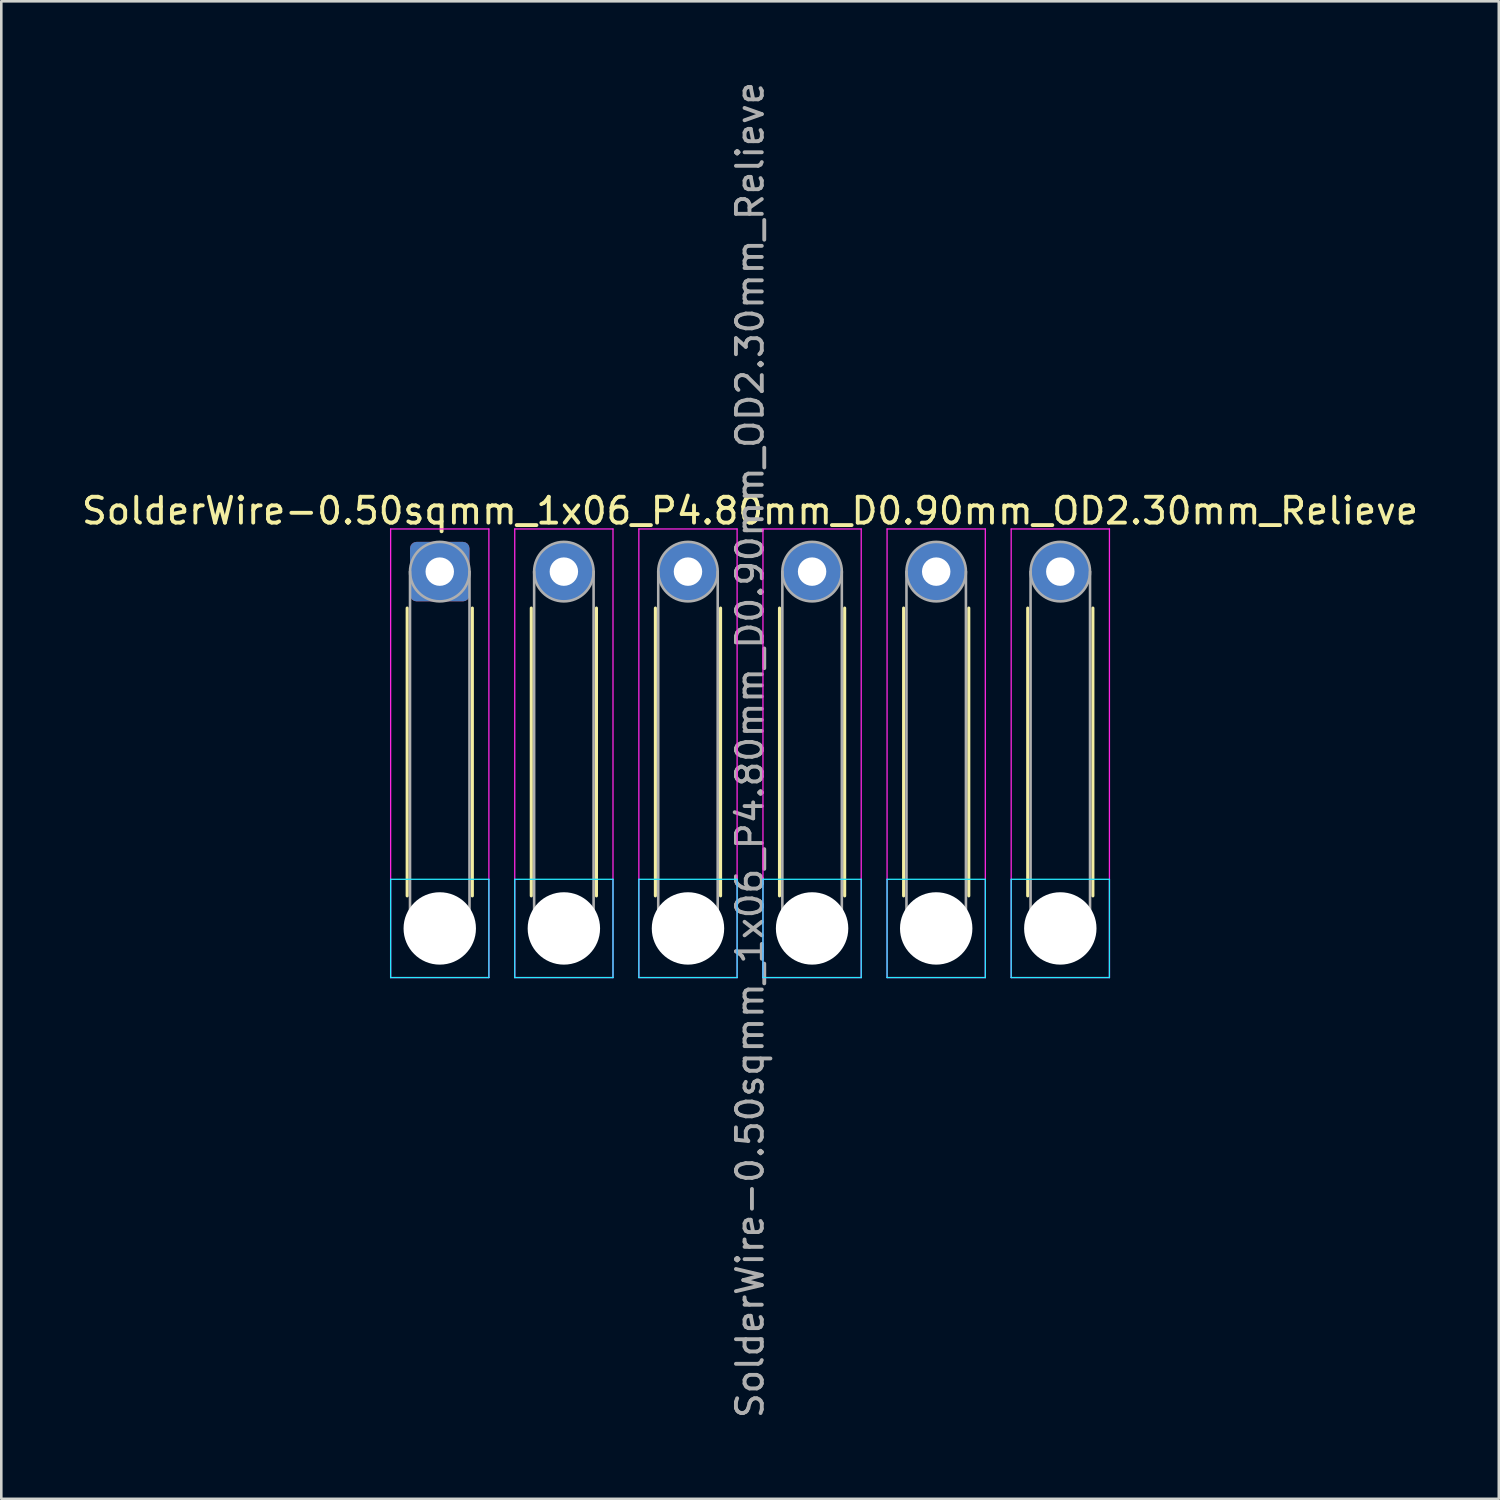
<source format=kicad_pcb>
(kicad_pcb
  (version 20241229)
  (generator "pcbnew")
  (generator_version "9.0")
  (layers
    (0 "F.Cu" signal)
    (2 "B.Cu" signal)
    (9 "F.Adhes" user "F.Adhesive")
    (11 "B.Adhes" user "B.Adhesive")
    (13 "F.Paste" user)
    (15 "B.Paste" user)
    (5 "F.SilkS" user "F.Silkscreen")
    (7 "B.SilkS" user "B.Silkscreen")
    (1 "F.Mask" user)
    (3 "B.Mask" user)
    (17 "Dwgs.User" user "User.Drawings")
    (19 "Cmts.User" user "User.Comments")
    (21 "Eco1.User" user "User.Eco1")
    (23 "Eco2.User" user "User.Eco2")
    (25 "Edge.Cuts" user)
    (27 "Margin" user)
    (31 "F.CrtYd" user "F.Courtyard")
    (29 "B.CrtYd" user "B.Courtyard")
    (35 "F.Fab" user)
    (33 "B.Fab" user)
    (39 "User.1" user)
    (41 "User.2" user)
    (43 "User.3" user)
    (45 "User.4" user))
  (footprint "SolderWire-0.50sqmm_1x06_P4.80mm_D0.90mm_OD2.30mm_Relieve"
    (layer "F.Cu")
    (at 13.958 19.058)
    (property "Reference" "SolderWire-0.50sqmm_1x06_P4.80mm_D0.90mm_OD2.30mm_Relieve" (at 12 -2.35 0) (layer "F.SilkS") (effects (font (size 1 1) (thickness 0.15))))
    (attr exclude_from_pos_files exclude_from_bom)
    (fp_line (start -1.26 1.41) (end -1.26 12.54) (stroke (width 0.12) (type solid)) (layer "F.SilkS"))
    (fp_line (start 1.26 1.41) (end 1.26 12.54) (stroke (width 0.12) (type solid)) (layer "F.SilkS"))
    (fp_line (start 3.54 1.41) (end 3.54 12.54) (stroke (width 0.12) (type solid)) (layer "F.SilkS"))
    (fp_line (start 6.06 1.41) (end 6.06 12.54) (stroke (width 0.12) (type solid)) (layer "F.SilkS"))
    (fp_line (start 8.34 1.41) (end 8.34 12.54) (stroke (width 0.12) (type solid)) (layer "F.SilkS"))
    (fp_line (start 10.86 1.41) (end 10.86 12.54) (stroke (width 0.12) (type solid)) (layer "F.SilkS"))
    (fp_line (start 13.14 1.41) (end 13.14 12.54) (stroke (width 0.12) (type solid)) (layer "F.SilkS"))
    (fp_line (start 15.66 1.41) (end 15.66 12.54) (stroke (width 0.12) (type solid)) (layer "F.SilkS"))
    (fp_line (start 17.94 1.41) (end 17.94 12.54) (stroke (width 0.12) (type solid)) (layer "F.SilkS"))
    (fp_line (start 20.46 1.41) (end 20.46 12.54) (stroke (width 0.12) (type solid)) (layer "F.SilkS"))
    (fp_line (start 22.74 1.41) (end 22.74 12.54) (stroke (width 0.12) (type solid)) (layer "F.SilkS"))
    (fp_line (start 25.26 1.41) (end 25.26 12.54) (stroke (width 0.12) (type solid)) (layer "F.SilkS"))
    (fp_line (start -1.9 11.9) (end -1.9 15.7) (stroke (width 0.05) (type solid)) (layer "B.CrtYd"))
    (fp_line (start -1.9 15.7) (end 1.9 15.7) (stroke (width 0.05) (type solid)) (layer "B.CrtYd"))
    (fp_line (start 1.9 11.9) (end -1.9 11.9) (stroke (width 0.05) (type solid)) (layer "B.CrtYd"))
    (fp_line (start 1.9 15.7) (end 1.9 11.9) (stroke (width 0.05) (type solid)) (layer "B.CrtYd"))
    (fp_line (start 2.9 11.9) (end 2.9 15.7) (stroke (width 0.05) (type solid)) (layer "B.CrtYd"))
    (fp_line (start 2.9 15.7) (end 6.7 15.7) (stroke (width 0.05) (type solid)) (layer "B.CrtYd"))
    (fp_line (start 6.7 11.9) (end 2.9 11.9) (stroke (width 0.05) (type solid)) (layer "B.CrtYd"))
    (fp_line (start 6.7 15.7) (end 6.7 11.9) (stroke (width 0.05) (type solid)) (layer "B.CrtYd"))
    (fp_line (start 7.7 11.9) (end 7.7 15.7) (stroke (width 0.05) (type solid)) (layer "B.CrtYd"))
    (fp_line (start 7.7 15.7) (end 11.5 15.7) (stroke (width 0.05) (type solid)) (layer "B.CrtYd"))
    (fp_line (start 11.5 11.9) (end 7.7 11.9) (stroke (width 0.05) (type solid)) (layer "B.CrtYd"))
    (fp_line (start 11.5 15.7) (end 11.5 11.9) (stroke (width 0.05) (type solid)) (layer "B.CrtYd"))
    (fp_line (start 12.5 11.9) (end 12.5 15.7) (stroke (width 0.05) (type solid)) (layer "B.CrtYd"))
    (fp_line (start 12.5 15.7) (end 16.3 15.7) (stroke (width 0.05) (type solid)) (layer "B.CrtYd"))
    (fp_line (start 16.3 11.9) (end 12.5 11.9) (stroke (width 0.05) (type solid)) (layer "B.CrtYd"))
    (fp_line (start 16.3 15.7) (end 16.3 11.9) (stroke (width 0.05) (type solid)) (layer "B.CrtYd"))
    (fp_line (start 17.3 11.9) (end 17.3 15.7) (stroke (width 0.05) (type solid)) (layer "B.CrtYd"))
    (fp_line (start 17.3 15.7) (end 21.1 15.7) (stroke (width 0.05) (type solid)) (layer "B.CrtYd"))
    (fp_line (start 21.1 11.9) (end 17.3 11.9) (stroke (width 0.05) (type solid)) (layer "B.CrtYd"))
    (fp_line (start 21.1 15.7) (end 21.1 11.9) (stroke (width 0.05) (type solid)) (layer "B.CrtYd"))
    (fp_line (start 22.1 11.9) (end 22.1 15.7) (stroke (width 0.05) (type solid)) (layer "B.CrtYd"))
    (fp_line (start 22.1 15.7) (end 25.9 15.7) (stroke (width 0.05) (type solid)) (layer "B.CrtYd"))
    (fp_line (start 25.9 11.9) (end 22.1 11.9) (stroke (width 0.05) (type solid)) (layer "B.CrtYd"))
    (fp_line (start 25.9 15.7) (end 25.9 11.9) (stroke (width 0.05) (type solid)) (layer "B.CrtYd"))
    (fp_line (start -1.9 -1.65) (end -1.9 15.7) (stroke (width 0.05) (type solid)) (layer "F.CrtYd"))
    (fp_line (start -1.9 15.7) (end 1.9 15.7) (stroke (width 0.05) (type solid)) (layer "F.CrtYd"))
    (fp_line (start 1.9 -1.65) (end -1.9 -1.65) (stroke (width 0.05) (type solid)) (layer "F.CrtYd"))
    (fp_line (start 1.9 15.7) (end 1.9 -1.65) (stroke (width 0.05) (type solid)) (layer "F.CrtYd"))
    (fp_line (start 2.9 -1.65) (end 2.9 15.7) (stroke (width 0.05) (type solid)) (layer "F.CrtYd"))
    (fp_line (start 2.9 15.7) (end 6.7 15.7) (stroke (width 0.05) (type solid)) (layer "F.CrtYd"))
    (fp_line (start 6.7 -1.65) (end 2.9 -1.65) (stroke (width 0.05) (type solid)) (layer "F.CrtYd"))
    (fp_line (start 6.7 15.7) (end 6.7 -1.65) (stroke (width 0.05) (type solid)) (layer "F.CrtYd"))
    (fp_line (start 7.7 -1.65) (end 7.7 15.7) (stroke (width 0.05) (type solid)) (layer "F.CrtYd"))
    (fp_line (start 7.7 15.7) (end 11.5 15.7) (stroke (width 0.05) (type solid)) (layer "F.CrtYd"))
    (fp_line (start 11.5 -1.65) (end 7.7 -1.65) (stroke (width 0.05) (type solid)) (layer "F.CrtYd"))
    (fp_line (start 11.5 15.7) (end 11.5 -1.65) (stroke (width 0.05) (type solid)) (layer "F.CrtYd"))
    (fp_line (start 12.5 -1.65) (end 12.5 15.7) (stroke (width 0.05) (type solid)) (layer "F.CrtYd"))
    (fp_line (start 12.5 15.7) (end 16.3 15.7) (stroke (width 0.05) (type solid)) (layer "F.CrtYd"))
    (fp_line (start 16.3 -1.65) (end 12.5 -1.65) (stroke (width 0.05) (type solid)) (layer "F.CrtYd"))
    (fp_line (start 16.3 15.7) (end 16.3 -1.65) (stroke (width 0.05) (type solid)) (layer "F.CrtYd"))
    (fp_line (start 17.3 -1.65) (end 17.3 15.7) (stroke (width 0.05) (type solid)) (layer "F.CrtYd"))
    (fp_line (start 17.3 15.7) (end 21.1 15.7) (stroke (width 0.05) (type solid)) (layer "F.CrtYd"))
    (fp_line (start 21.1 -1.65) (end 17.3 -1.65) (stroke (width 0.05) (type solid)) (layer "F.CrtYd"))
    (fp_line (start 21.1 15.7) (end 21.1 -1.65) (stroke (width 0.05) (type solid)) (layer "F.CrtYd"))
    (fp_line (start 22.1 -1.65) (end 22.1 15.7) (stroke (width 0.05) (type solid)) (layer "F.CrtYd"))
    (fp_line (start 22.1 15.7) (end 25.9 15.7) (stroke (width 0.05) (type solid)) (layer "F.CrtYd"))
    (fp_line (start 25.9 -1.65) (end 22.1 -1.65) (stroke (width 0.05) (type solid)) (layer "F.CrtYd"))
    (fp_line (start 25.9 15.7) (end 25.9 -1.65) (stroke (width 0.05) (type solid)) (layer "F.CrtYd"))
    (fp_line (start -1.15 0) (end -1.15 13.8) (stroke (width 0.1) (type solid)) (layer "F.Fab"))
    (fp_line (start 1.15 0) (end 1.15 13.8) (stroke (width 0.1) (type solid)) (layer "F.Fab"))
    (fp_line (start 3.65 0) (end 3.65 13.8) (stroke (width 0.1) (type solid)) (layer "F.Fab"))
    (fp_line (start 5.95 0) (end 5.95 13.8) (stroke (width 0.1) (type solid)) (layer "F.Fab"))
    (fp_line (start 8.45 0) (end 8.45 13.8) (stroke (width 0.1) (type solid)) (layer "F.Fab"))
    (fp_line (start 10.75 0) (end 10.75 13.8) (stroke (width 0.1) (type solid)) (layer "F.Fab"))
    (fp_line (start 13.25 0) (end 13.25 13.8) (stroke (width 0.1) (type solid)) (layer "F.Fab"))
    (fp_line (start 15.55 0) (end 15.55 13.8) (stroke (width 0.1) (type solid)) (layer "F.Fab"))
    (fp_line (start 18.05 0) (end 18.05 13.8) (stroke (width 0.1) (type solid)) (layer "F.Fab"))
    (fp_line (start 20.35 0) (end 20.35 13.8) (stroke (width 0.1) (type solid)) (layer "F.Fab"))
    (fp_line (start 22.85 0) (end 22.85 13.8) (stroke (width 0.1) (type solid)) (layer "F.Fab"))
    (fp_line (start 25.15 0) (end 25.15 13.8) (stroke (width 0.1) (type solid)) (layer "F.Fab"))
    (fp_circle (center 0 0) (end 1.15 0) (stroke (width 0.1) (type solid)) (fill no) (layer "F.Fab"))
    (fp_circle (center 0 13.8) (end 1.15 13.8) (stroke (width 0.1) (type solid)) (fill no) (layer "F.Fab"))
    (fp_circle (center 4.8 0) (end 5.95 0) (stroke (width 0.1) (type solid)) (fill no) (layer "F.Fab"))
    (fp_circle (center 4.8 13.8) (end 5.95 13.8) (stroke (width 0.1) (type solid)) (fill no) (layer "F.Fab"))
    (fp_circle (center 9.6 0) (end 10.75 0) (stroke (width 0.1) (type solid)) (fill no) (layer "F.Fab"))
    (fp_circle (center 9.6 13.8) (end 10.75 13.8) (stroke (width 0.1) (type solid)) (fill no) (layer "F.Fab"))
    (fp_circle (center 14.4 0) (end 15.55 0) (stroke (width 0.1) (type solid)) (fill no) (layer "F.Fab"))
    (fp_circle (center 14.4 13.8) (end 15.55 13.8) (stroke (width 0.1) (type solid)) (fill no) (layer "F.Fab"))
    (fp_circle (center 19.2 0) (end 20.35 0) (stroke (width 0.1) (type solid)) (fill no) (layer "F.Fab"))
    (fp_circle (center 19.2 13.8) (end 20.35 13.8) (stroke (width 0.1) (type solid)) (fill no) (layer "F.Fab"))
    (fp_circle (center 24 0) (end 25.15 0) (stroke (width 0.1) (type solid)) (fill no) (layer "F.Fab"))
    (fp_circle (center 24 13.8) (end 25.15 13.8) (stroke (width 0.1) (type solid)) (fill no) (layer "F.Fab"))
    (fp_text user "${REFERENCE}" (at 12 6.9 90) (layer "F.Fab") (effects (font (size 1 1) (thickness 0.15))))
    (pad "" np_thru_hole circle (at 0 13.8) (size 2.8 2.8) (drill 2.8) (layers "*.Cu" "*.Mask"))
    (pad "" np_thru_hole circle (at 4.8 13.8) (size 2.8 2.8) (drill 2.8) (layers "*.Cu" "*.Mask"))
    (pad "" np_thru_hole circle (at 9.6 13.8) (size 2.8 2.8) (drill 2.8) (layers "*.Cu" "*.Mask"))
    (pad "" np_thru_hole circle (at 14.4 13.8) (size 2.8 2.8) (drill 2.8) (layers "*.Cu" "*.Mask"))
    (pad "" np_thru_hole circle (at 19.2 13.8) (size 2.8 2.8) (drill 2.8) (layers "*.Cu" "*.Mask"))
    (pad "" np_thru_hole circle (at 24 13.8) (size 2.8 2.8) (drill 2.8) (layers "*.Cu" "*.Mask"))
    (pad "1" thru_hole roundrect (at 0 0) (size 2.3 2.3) (drill 1.1) (layers "*.Cu" "*.Mask") (roundrect_rratio 0.109))
    (pad "2" thru_hole circle (at 4.8 0) (size 2.3 2.3) (drill 1.1) (layers "*.Cu" "*.Mask"))
    (pad "3" thru_hole circle (at 9.6 0) (size 2.3 2.3) (drill 1.1) (layers "*.Cu" "*.Mask"))
    (pad "4" thru_hole circle (at 14.4 0) (size 2.3 2.3) (drill 1.1) (layers "*.Cu" "*.Mask"))
    (pad "5" thru_hole circle (at 19.2 0) (size 2.3 2.3) (drill 1.1) (layers "*.Cu" "*.Mask"))
    (pad "6" thru_hole circle (at 24 0) (size 2.3 2.3) (drill 1.1) (layers "*.Cu" "*.Mask")))
  (gr_rect
    (start -3 -3)
    (end 54.917 54.917)
    (stroke (width 0.1) (type default))
    (fill no)
    (layer "Edge.Cuts")))
</source>
